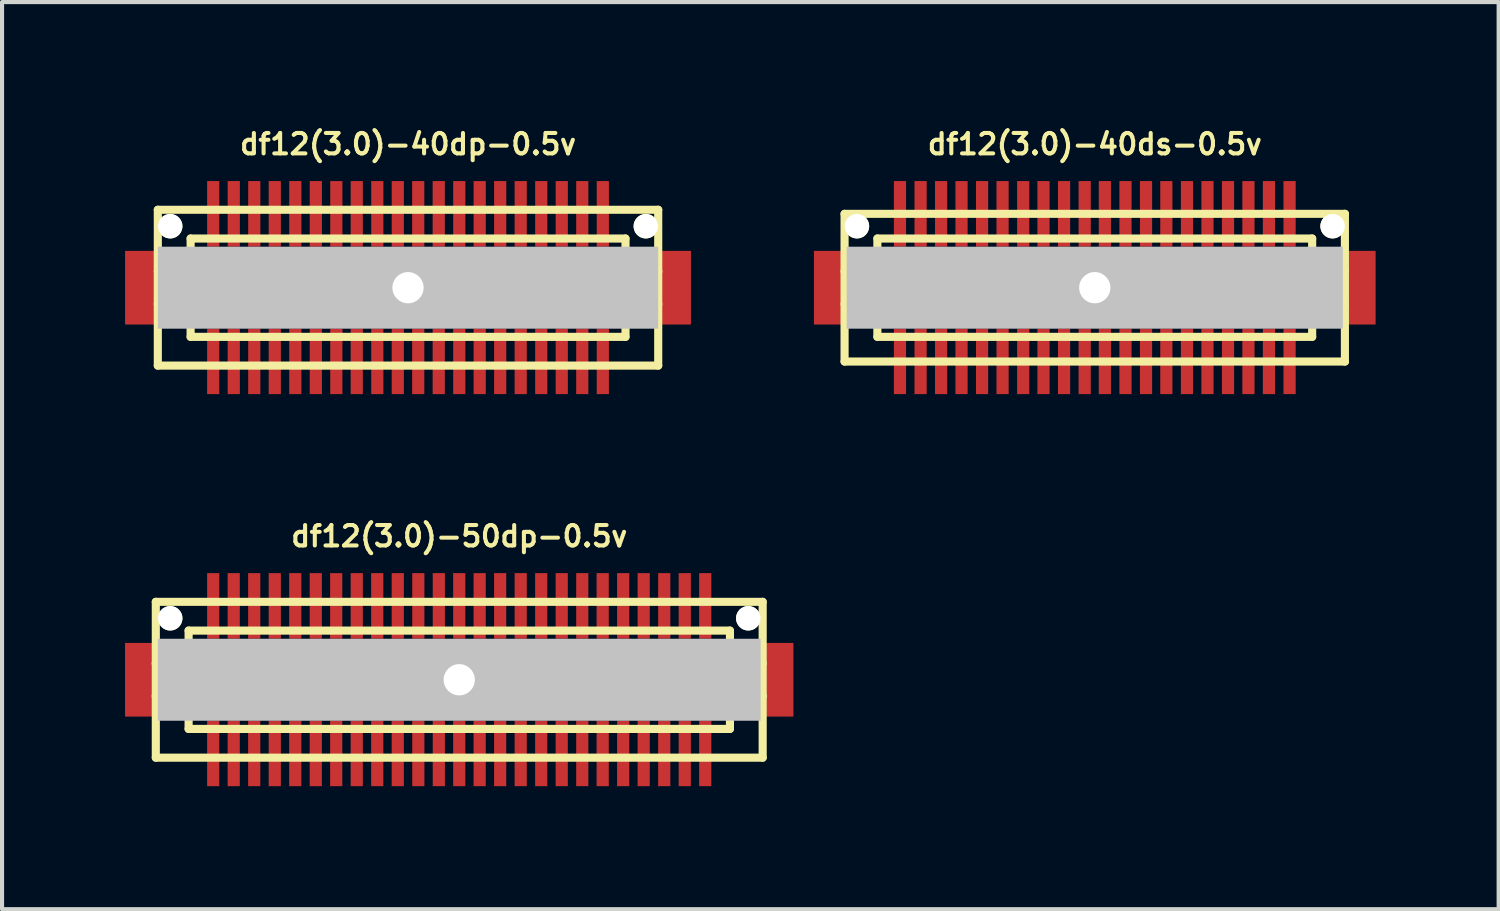
<source format=kicad_pcb>
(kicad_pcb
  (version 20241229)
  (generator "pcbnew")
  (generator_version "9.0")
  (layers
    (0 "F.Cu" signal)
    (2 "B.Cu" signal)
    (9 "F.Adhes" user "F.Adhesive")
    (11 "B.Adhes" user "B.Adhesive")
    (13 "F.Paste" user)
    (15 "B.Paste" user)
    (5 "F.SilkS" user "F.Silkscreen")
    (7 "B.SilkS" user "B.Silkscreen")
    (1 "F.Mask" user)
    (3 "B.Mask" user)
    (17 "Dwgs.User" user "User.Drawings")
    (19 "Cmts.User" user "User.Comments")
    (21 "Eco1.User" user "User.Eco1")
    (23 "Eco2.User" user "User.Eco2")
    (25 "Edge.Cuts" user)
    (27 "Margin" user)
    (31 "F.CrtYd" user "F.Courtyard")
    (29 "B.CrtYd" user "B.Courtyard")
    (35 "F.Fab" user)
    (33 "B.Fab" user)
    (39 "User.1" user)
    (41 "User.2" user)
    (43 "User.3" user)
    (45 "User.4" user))
  (footprint "df12(3.0)-40ds-0.5v"
    (layer "F.Cu")
    (at 23.645 3.965)
    (property "Reference" "df12(3.0)-40ds-0.5v" (at 0 -3.5 0) (layer "F.SilkS") (effects (font (size 0.498 0.498) (thickness 0.099))))
    (attr through_hole)
    (fp_line (start -6.101 -1.801) (end 6.101 -1.801) (stroke (width 0.198) (type solid)) (layer "F.SilkS"))
    (fp_line (start -6.101 1.801) (end -6.101 -1.801) (stroke (width 0.198) (type solid)) (layer "F.SilkS"))
    (fp_line (start -5.301 -0.701) (end 5.301 -0.701) (stroke (width 0.198) (type solid)) (layer "F.SilkS"))
    (fp_line (start -5.301 -0.399) (end -6.101 -0.399) (stroke (width 0.198) (type solid)) (layer "F.SilkS"))
    (fp_line (start -5.301 0.399) (end -6.101 0.399) (stroke (width 0.198) (type solid)) (layer "F.SilkS"))
    (fp_line (start -5.301 1.199) (end -5.301 -1.199) (stroke (width 0.198) (type solid)) (layer "F.SilkS"))
    (fp_line (start -5.301 1.199) (end 5.301 1.199) (stroke (width 0.198) (type solid)) (layer "F.SilkS"))
    (fp_line (start 5.301 -1.199) (end -5.301 -1.199) (stroke (width 0.198) (type solid)) (layer "F.SilkS"))
    (fp_line (start 5.301 -1.199) (end 5.301 1.199) (stroke (width 0.198) (type solid)) (layer "F.SilkS"))
    (fp_line (start 5.301 -0.399) (end 6.101 -0.399) (stroke (width 0.198) (type solid)) (layer "F.SilkS"))
    (fp_line (start 5.301 0.701) (end -5.301 0.701) (stroke (width 0.198) (type solid)) (layer "F.SilkS"))
    (fp_line (start 6.099 -1.801) (end 6.099 1.801) (stroke (width 0.198) (type solid)) (layer "F.SilkS"))
    (fp_line (start 6.101 0.399) (end 5.301 0.399) (stroke (width 0.198) (type solid)) (layer "F.SilkS"))
    (fp_line (start 6.101 1.801) (end -6.101 1.801) (stroke (width 0.198) (type solid)) (layer "F.SilkS"))
    (pad "" smd rect (at -6.449 0) (size 0.798 1.796) (layers "F.Cu" "F.Mask" "F.Paste"))
    (pad "" np_thru_hole circle (at -5.799 -1.499) (size 0.597 0.597) (drill 0.597) (layers "*.Cu" "*.Mask" "F.SilkS"))
    (pad "" np_thru_hole rect (at 0 0) (size 12.098 1.999) (drill 0.762) (layers "Dwgs.User"))
    (pad "" np_thru_hole circle (at 5.799 -1.499) (size 0.597 0.597) (drill 0.597) (layers "*.Cu" "*.Mask" "F.SilkS"))
    (pad "" smd rect (at 6.449 0) (size 0.798 1.796) (layers "F.Cu" "F.Mask" "F.Paste"))
    (pad "1" smd rect (at -4.75 1.796) (size 0.297 1.598) (layers "F.Cu" "F.Mask" "F.Paste"))
    (pad "2" smd rect (at -4.247 1.796) (size 0.297 1.598) (layers "F.Cu" "F.Mask" "F.Paste"))
    (pad "3" smd rect (at -3.747 1.796) (size 0.297 1.598) (layers "F.Cu" "F.Mask" "F.Paste"))
    (pad "4" smd rect (at -3.249 1.796) (size 0.297 1.598) (layers "F.Cu" "F.Mask" "F.Paste"))
    (pad "5" smd rect (at -2.748 1.796) (size 0.297 1.598) (layers "F.Cu" "F.Mask" "F.Paste"))
    (pad "6" smd rect (at -2.248 1.796) (size 0.297 1.598) (layers "F.Cu" "F.Mask" "F.Paste"))
    (pad "7" smd rect (at -1.745 1.796) (size 0.297 1.598) (layers "F.Cu" "F.Mask" "F.Paste"))
    (pad "8" smd rect (at -1.25 1.796) (size 0.297 1.598) (layers "F.Cu" "F.Mask" "F.Paste"))
    (pad "9" smd rect (at -0.749 1.796) (size 0.297 1.598) (layers "F.Cu" "F.Mask" "F.Paste"))
    (pad "10" smd rect (at -0.246 1.796) (size 0.297 1.598) (layers "F.Cu" "F.Mask" "F.Paste"))
    (pad "11" smd rect (at 0.246 1.796) (size 0.297 1.598) (layers "F.Cu" "F.Mask" "F.Paste"))
    (pad "12" smd rect (at 0.749 1.796) (size 0.297 1.598) (layers "F.Cu" "F.Mask" "F.Paste"))
    (pad "13" smd rect (at 1.25 1.796) (size 0.297 1.598) (layers "F.Cu" "F.Mask" "F.Paste"))
    (pad "14" smd rect (at 1.745 1.796) (size 0.297 1.598) (layers "F.Cu" "F.Mask" "F.Paste"))
    (pad "15" smd rect (at 2.248 1.796) (size 0.297 1.598) (layers "F.Cu" "F.Mask" "F.Paste"))
    (pad "16" smd rect (at 2.748 1.796) (size 0.297 1.598) (layers "F.Cu" "F.Mask" "F.Paste"))
    (pad "17" smd rect (at 3.249 1.796) (size 0.297 1.598) (layers "F.Cu" "F.Mask" "F.Paste"))
    (pad "18" smd rect (at 3.747 1.796) (size 0.297 1.598) (layers "F.Cu" "F.Mask" "F.Paste"))
    (pad "19" smd rect (at 4.247 1.796) (size 0.297 1.598) (layers "F.Cu" "F.Mask" "F.Paste"))
    (pad "20" smd rect (at 4.75 1.796) (size 0.297 1.598) (layers "F.Cu" "F.Mask" "F.Paste"))
    (pad "21" smd rect (at 4.75 -1.801) (size 0.297 1.598) (layers "F.Cu" "F.Mask" "F.Paste"))
    (pad "22" smd rect (at 4.247 -1.801) (size 0.297 1.598) (layers "F.Cu" "F.Mask" "F.Paste"))
    (pad "23" smd rect (at 3.747 -1.801) (size 0.297 1.598) (layers "F.Cu" "F.Mask" "F.Paste"))
    (pad "24" smd rect (at 3.249 -1.801) (size 0.297 1.598) (layers "F.Cu" "F.Mask" "F.Paste"))
    (pad "25" smd rect (at 2.748 -1.801) (size 0.297 1.598) (layers "F.Cu" "F.Mask" "F.Paste"))
    (pad "26" smd rect (at 2.248 -1.801) (size 0.297 1.598) (layers "F.Cu" "F.Mask" "F.Paste"))
    (pad "27" smd rect (at 1.745 -1.801) (size 0.297 1.598) (layers "F.Cu" "F.Mask" "F.Paste"))
    (pad "28" smd rect (at 1.25 -1.801) (size 0.297 1.598) (layers "F.Cu" "F.Mask" "F.Paste"))
    (pad "29" smd rect (at 0.749 -1.801) (size 0.297 1.598) (layers "F.Cu" "F.Mask" "F.Paste"))
    (pad "30" smd rect (at 0.246 -1.801) (size 0.297 1.598) (layers "F.Cu" "F.Mask" "F.Paste"))
    (pad "31" smd rect (at -0.246 -1.801) (size 0.297 1.598) (layers "F.Cu" "F.Mask" "F.Paste"))
    (pad "32" smd rect (at -0.749 -1.801) (size 0.297 1.598) (layers "F.Cu" "F.Mask" "F.Paste"))
    (pad "33" smd rect (at -1.25 -1.801) (size 0.297 1.598) (layers "F.Cu" "F.Mask" "F.Paste"))
    (pad "34" smd rect (at -1.745 -1.801) (size 0.297 1.598) (layers "F.Cu" "F.Mask" "F.Paste"))
    (pad "35" smd rect (at -2.248 -1.801) (size 0.297 1.598) (layers "F.Cu" "F.Mask" "F.Paste"))
    (pad "36" smd rect (at -2.748 -1.801) (size 0.297 1.598) (layers "F.Cu" "F.Mask" "F.Paste"))
    (pad "37" smd rect (at -3.249 -1.801) (size 0.297 1.598) (layers "F.Cu" "F.Mask" "F.Paste"))
    (pad "38" smd rect (at -3.747 -1.801) (size 0.297 1.598) (layers "F.Cu" "F.Mask" "F.Paste"))
    (pad "39" smd rect (at -4.247 -1.801) (size 0.297 1.598) (layers "F.Cu" "F.Mask" "F.Paste"))
    (pad "40" smd rect (at -4.75 -1.801) (size 0.297 1.598) (layers "F.Cu" "F.Mask" "F.Paste")))
  (footprint "df12(3.0)-50dp-0.5v"
    (layer "F.Cu")
    (at 8.148 13.525)
    (property "Reference" "df12(3.0)-50dp-0.5v" (at 0 -3.5 0) (layer "F.SilkS") (effects (font (size 0.498 0.498) (thickness 0.099))))
    (attr through_hole)
    (fp_line (start -7.399 -1.9) (end -7.399 1.9) (stroke (width 0.198) (type solid)) (layer "F.SilkS"))
    (fp_line (start -7.399 1.9) (end 7.399 1.9) (stroke (width 0.198) (type solid)) (layer "F.SilkS"))
    (fp_line (start -6.601 -0.399) (end -7.402 -0.399) (stroke (width 0.198) (type solid)) (layer "F.SilkS"))
    (fp_line (start -6.601 0.399) (end -7.402 0.399) (stroke (width 0.198) (type solid)) (layer "F.SilkS"))
    (fp_line (start -6.599 -1.199) (end 6.599 -1.199) (stroke (width 0.198) (type solid)) (layer "F.SilkS"))
    (fp_line (start -6.599 1.199) (end -6.599 -1.199) (stroke (width 0.198) (type solid)) (layer "F.SilkS"))
    (fp_line (start 6.599 1.199) (end -6.599 1.199) (stroke (width 0.198) (type solid)) (layer "F.SilkS"))
    (fp_line (start 6.601 -1.199) (end 6.601 1.199) (stroke (width 0.198) (type solid)) (layer "F.SilkS"))
    (fp_line (start 6.601 -0.399) (end 7.402 -0.399) (stroke (width 0.198) (type solid)) (layer "F.SilkS"))
    (fp_line (start 7.399 -1.9) (end -7.399 -1.9) (stroke (width 0.198) (type solid)) (layer "F.SilkS"))
    (fp_line (start 7.399 1.9) (end 7.399 -1.9) (stroke (width 0.198) (type solid)) (layer "F.SilkS"))
    (fp_line (start 7.404 0.399) (end 6.604 0.399) (stroke (width 0.198) (type solid)) (layer "F.SilkS"))
    (pad "" smd rect (at -7.75 0) (size 0.798 1.796) (layers "F.Cu" "F.Mask" "F.Paste"))
    (pad "" np_thru_hole circle (at -7.048 -1.499) (size 0.597 0.597) (drill 0.597) (layers "*.Cu" "*.Mask" "F.SilkS"))
    (pad "" np_thru_hole rect (at 0 0) (size 14.699 1.999) (drill 0.762) (layers "Dwgs.User"))
    (pad "" np_thru_hole circle (at 7.048 -1.499) (size 0.597 0.597) (drill 0.597) (layers "*.Cu" "*.Mask" "F.SilkS"))
    (pad "" smd rect (at 7.75 0) (size 0.798 1.796) (layers "F.Cu" "F.Mask" "F.Paste"))
    (pad "1" smd rect (at 5.999 1.796) (size 0.297 1.598) (layers "F.Cu" "F.Mask" "F.Paste"))
    (pad "2" smd rect (at 5.499 1.796) (size 0.297 1.598) (layers "F.Cu" "F.Mask" "F.Paste"))
    (pad "3" smd rect (at 4.999 1.796) (size 0.297 1.598) (layers "F.Cu" "F.Mask" "F.Paste"))
    (pad "4" smd rect (at 4.498 1.796) (size 0.297 1.598) (layers "F.Cu" "F.Mask" "F.Paste"))
    (pad "5" smd rect (at 3.998 1.796) (size 0.297 1.598) (layers "F.Cu" "F.Mask" "F.Paste"))
    (pad "6" smd rect (at 3.498 1.796) (size 0.297 1.598) (layers "F.Cu" "F.Mask" "F.Paste"))
    (pad "7" smd rect (at 3 1.796) (size 0.297 1.598) (layers "F.Cu" "F.Mask" "F.Paste"))
    (pad "8" smd rect (at 2.499 1.796) (size 0.297 1.598) (layers "F.Cu" "F.Mask" "F.Paste"))
    (pad "9" smd rect (at 1.999 1.796) (size 0.297 1.598) (layers "F.Cu" "F.Mask" "F.Paste"))
    (pad "10" smd rect (at 1.499 1.796) (size 0.297 1.598) (layers "F.Cu" "F.Mask" "F.Paste"))
    (pad "11" smd rect (at 0.998 1.796) (size 0.297 1.598) (layers "F.Cu" "F.Mask" "F.Paste"))
    (pad "12" smd rect (at 0.498 1.796) (size 0.297 1.598) (layers "F.Cu" "F.Mask" "F.Paste"))
    (pad "13" smd rect (at 0 1.796) (size 0.297 1.598) (layers "F.Cu" "F.Mask" "F.Paste"))
    (pad "14" smd rect (at -0.498 1.796) (size 0.297 1.598) (layers "F.Cu" "F.Mask" "F.Paste"))
    (pad "15" smd rect (at -0.998 1.796) (size 0.297 1.598) (layers "F.Cu" "F.Mask" "F.Paste"))
    (pad "16" smd rect (at -1.499 1.796) (size 0.297 1.598) (layers "F.Cu" "F.Mask" "F.Paste"))
    (pad "17" smd rect (at -1.999 1.796) (size 0.297 1.598) (layers "F.Cu" "F.Mask" "F.Paste"))
    (pad "18" smd rect (at -2.499 1.796) (size 0.297 1.598) (layers "F.Cu" "F.Mask" "F.Paste"))
    (pad "19" smd rect (at -3 1.796) (size 0.297 1.598) (layers "F.Cu" "F.Mask" "F.Paste"))
    (pad "20" smd rect (at -3.498 1.796) (size 0.297 1.598) (layers "F.Cu" "F.Mask" "F.Paste"))
    (pad "21" smd rect (at -3.998 1.796) (size 0.297 1.598) (layers "F.Cu" "F.Mask" "F.Paste"))
    (pad "22" smd rect (at -4.498 1.796) (size 0.297 1.598) (layers "F.Cu" "F.Mask" "F.Paste"))
    (pad "23" smd rect (at -4.999 1.796) (size 0.297 1.598) (layers "F.Cu" "F.Mask" "F.Paste"))
    (pad "24" smd rect (at -5.499 1.796) (size 0.297 1.598) (layers "F.Cu" "F.Mask" "F.Paste"))
    (pad "25" smd rect (at -5.999 1.796) (size 0.297 1.598) (layers "F.Cu" "F.Mask" "F.Paste"))
    (pad "26" smd rect (at -5.999 -1.801) (size 0.297 1.598) (layers "F.Cu" "F.Mask" "F.Paste"))
    (pad "27" smd rect (at -5.499 -1.801) (size 0.297 1.598) (layers "F.Cu" "F.Mask" "F.Paste"))
    (pad "28" smd rect (at -4.999 -1.801) (size 0.297 1.598) (layers "F.Cu" "F.Mask" "F.Paste"))
    (pad "29" smd rect (at -4.498 -1.801) (size 0.297 1.598) (layers "F.Cu" "F.Mask" "F.Paste"))
    (pad "30" smd rect (at -3.998 -1.801) (size 0.297 1.598) (layers "F.Cu" "F.Mask" "F.Paste"))
    (pad "31" smd rect (at -3.498 -1.801) (size 0.297 1.598) (layers "F.Cu" "F.Mask" "F.Paste"))
    (pad "32" smd rect (at -3 -1.801) (size 0.297 1.598) (layers "F.Cu" "F.Mask" "F.Paste"))
    (pad "33" smd rect (at -2.499 -1.801) (size 0.297 1.598) (layers "F.Cu" "F.Mask" "F.Paste"))
    (pad "34" smd rect (at -1.999 -1.801) (size 0.297 1.598) (layers "F.Cu" "F.Mask" "F.Paste"))
    (pad "35" smd rect (at -1.499 -1.801) (size 0.297 1.598) (layers "F.Cu" "F.Mask" "F.Paste"))
    (pad "36" smd rect (at -0.998 -1.801) (size 0.297 1.598) (layers "F.Cu" "F.Mask" "F.Paste"))
    (pad "37" smd rect (at -0.498 -1.801) (size 0.297 1.598) (layers "F.Cu" "F.Mask" "F.Paste"))
    (pad "38" smd rect (at 0 -1.801) (size 0.297 1.598) (layers "F.Cu" "F.Mask" "F.Paste"))
    (pad "39" smd rect (at 0.498 -1.801) (size 0.297 1.598) (layers "F.Cu" "F.Mask" "F.Paste"))
    (pad "40" smd rect (at 0.998 -1.801) (size 0.297 1.598) (layers "F.Cu" "F.Mask" "F.Paste"))
    (pad "41" smd rect (at 1.499 -1.801) (size 0.297 1.598) (layers "F.Cu" "F.Mask" "F.Paste"))
    (pad "42" smd rect (at 1.999 -1.801) (size 0.297 1.598) (layers "F.Cu" "F.Mask" "F.Paste"))
    (pad "43" smd rect (at 2.499 -1.801) (size 0.297 1.598) (layers "F.Cu" "F.Mask" "F.Paste"))
    (pad "44" smd rect (at 3 -1.801) (size 0.297 1.598) (layers "F.Cu" "F.Mask" "F.Paste"))
    (pad "45" smd rect (at 3.498 -1.801) (size 0.297 1.598) (layers "F.Cu" "F.Mask" "F.Paste"))
    (pad "46" smd rect (at 3.998 -1.801) (size 0.297 1.598) (layers "F.Cu" "F.Mask" "F.Paste"))
    (pad "47" smd rect (at 4.498 -1.801) (size 0.297 1.598) (layers "F.Cu" "F.Mask" "F.Paste"))
    (pad "48" smd rect (at 4.999 -1.801) (size 0.297 1.598) (layers "F.Cu" "F.Mask" "F.Paste"))
    (pad "49" smd rect (at 5.499 -1.801) (size 0.297 1.598) (layers "F.Cu" "F.Mask" "F.Paste"))
    (pad "50" smd rect (at 5.999 -1.801) (size 0.297 1.598) (layers "F.Cu" "F.Mask" "F.Paste")))
  (footprint "df12(3.0)-40dp-0.5v"
    (layer "F.Cu")
    (at 6.899 3.965)
    (property "Reference" "df12(3.0)-40dp-0.5v" (at 0 -3.5 0) (layer "F.SilkS") (effects (font (size 0.498 0.498) (thickness 0.099))))
    (attr through_hole)
    (fp_line (start -6.101 -1.9) (end -6.101 1.9) (stroke (width 0.198) (type solid)) (layer "F.SilkS"))
    (fp_line (start -6.101 1.9) (end 6.101 1.9) (stroke (width 0.198) (type solid)) (layer "F.SilkS"))
    (fp_line (start -5.301 -1.199) (end 5.301 -1.199) (stroke (width 0.198) (type solid)) (layer "F.SilkS"))
    (fp_line (start -5.301 -0.399) (end -6.101 -0.399) (stroke (width 0.198) (type solid)) (layer "F.SilkS"))
    (fp_line (start -5.301 0.399) (end -6.101 0.399) (stroke (width 0.198) (type solid)) (layer "F.SilkS"))
    (fp_line (start -5.301 1.199) (end -5.301 -1.199) (stroke (width 0.198) (type solid)) (layer "F.SilkS"))
    (fp_line (start 5.301 1.199) (end -5.301 1.199) (stroke (width 0.198) (type solid)) (layer "F.SilkS"))
    (fp_line (start 5.304 -1.199) (end 5.304 1.199) (stroke (width 0.198) (type solid)) (layer "F.SilkS"))
    (fp_line (start 5.304 -0.399) (end 6.104 -0.399) (stroke (width 0.198) (type solid)) (layer "F.SilkS"))
    (fp_line (start 6.101 -1.9) (end -6.101 -1.9) (stroke (width 0.198) (type solid)) (layer "F.SilkS"))
    (fp_line (start 6.101 1.9) (end 6.101 -1.9) (stroke (width 0.198) (type solid)) (layer "F.SilkS"))
    (fp_line (start 6.104 0.399) (end 5.304 0.399) (stroke (width 0.198) (type solid)) (layer "F.SilkS"))
    (pad "" smd rect (at -6.5 0) (size 0.798 1.796) (layers "F.Cu" "F.Mask" "F.Paste"))
    (pad "" np_thru_hole circle (at -5.799 -1.499) (size 0.597 0.597) (drill 0.597) (layers "*.Cu" "*.Mask" "F.SilkS"))
    (pad "" np_thru_hole rect (at 0 0) (size 12.2 1.999) (drill 0.762) (layers "Dwgs.User"))
    (pad "" np_thru_hole circle (at 5.799 -1.499) (size 0.597 0.597) (drill 0.597) (layers "*.Cu" "*.Mask" "F.SilkS"))
    (pad "" smd rect (at 6.5 0) (size 0.798 1.796) (layers "F.Cu" "F.Mask" "F.Paste"))
    (pad "1" smd rect (at 4.75 1.796) (size 0.297 1.598) (layers "F.Cu" "F.Mask" "F.Paste"))
    (pad "2" smd rect (at 4.249 1.796) (size 0.297 1.598) (layers "F.Cu" "F.Mask" "F.Paste"))
    (pad "3" smd rect (at 3.749 1.796) (size 0.297 1.598) (layers "F.Cu" "F.Mask" "F.Paste"))
    (pad "4" smd rect (at 3.249 1.796) (size 0.297 1.598) (layers "F.Cu" "F.Mask" "F.Paste"))
    (pad "5" smd rect (at 2.748 1.796) (size 0.297 1.598) (layers "F.Cu" "F.Mask" "F.Paste"))
    (pad "6" smd rect (at 2.248 1.796) (size 0.297 1.598) (layers "F.Cu" "F.Mask" "F.Paste"))
    (pad "7" smd rect (at 1.748 1.796) (size 0.297 1.598) (layers "F.Cu" "F.Mask" "F.Paste"))
    (pad "8" smd rect (at 1.25 1.796) (size 0.297 1.598) (layers "F.Cu" "F.Mask" "F.Paste"))
    (pad "9" smd rect (at 0.749 1.796) (size 0.297 1.598) (layers "F.Cu" "F.Mask" "F.Paste"))
    (pad "10" smd rect (at 0.249 1.796) (size 0.297 1.598) (layers "F.Cu" "F.Mask" "F.Paste"))
    (pad "11" smd rect (at -0.249 1.796) (size 0.297 1.598) (layers "F.Cu" "F.Mask" "F.Paste"))
    (pad "12" smd rect (at -0.749 1.796) (size 0.297 1.598) (layers "F.Cu" "F.Mask" "F.Paste"))
    (pad "13" smd rect (at -1.25 1.796) (size 0.297 1.598) (layers "F.Cu" "F.Mask" "F.Paste"))
    (pad "14" smd rect (at -1.748 1.796) (size 0.297 1.598) (layers "F.Cu" "F.Mask" "F.Paste"))
    (pad "15" smd rect (at -2.248 1.796) (size 0.297 1.598) (layers "F.Cu" "F.Mask" "F.Paste"))
    (pad "16" smd rect (at -2.748 1.796) (size 0.297 1.598) (layers "F.Cu" "F.Mask" "F.Paste"))
    (pad "17" smd rect (at -3.249 1.796) (size 0.297 1.598) (layers "F.Cu" "F.Mask" "F.Paste"))
    (pad "18" smd rect (at -3.749 1.796) (size 0.297 1.598) (layers "F.Cu" "F.Mask" "F.Paste"))
    (pad "19" smd rect (at -4.249 1.796) (size 0.297 1.598) (layers "F.Cu" "F.Mask" "F.Paste"))
    (pad "20" smd rect (at -4.75 1.796) (size 0.297 1.598) (layers "F.Cu" "F.Mask" "F.Paste"))
    (pad "21" smd rect (at -4.75 -1.801) (size 0.297 1.598) (layers "F.Cu" "F.Mask" "F.Paste"))
    (pad "22" smd rect (at -4.249 -1.801) (size 0.297 1.598) (layers "F.Cu" "F.Mask" "F.Paste"))
    (pad "23" smd rect (at -3.749 -1.801) (size 0.297 1.598) (layers "F.Cu" "F.Mask" "F.Paste"))
    (pad "24" smd rect (at -3.249 -1.801) (size 0.297 1.598) (layers "F.Cu" "F.Mask" "F.Paste"))
    (pad "25" smd rect (at -2.748 -1.801) (size 0.297 1.598) (layers "F.Cu" "F.Mask" "F.Paste"))
    (pad "26" smd rect (at -2.248 -1.801) (size 0.297 1.598) (layers "F.Cu" "F.Mask" "F.Paste"))
    (pad "27" smd rect (at -1.748 -1.801) (size 0.297 1.598) (layers "F.Cu" "F.Mask" "F.Paste"))
    (pad "28" smd rect (at -1.25 -1.801) (size 0.297 1.598) (layers "F.Cu" "F.Mask" "F.Paste"))
    (pad "29" smd rect (at -0.749 -1.801) (size 0.297 1.598) (layers "F.Cu" "F.Mask" "F.Paste"))
    (pad "30" smd rect (at -0.249 -1.801) (size 0.297 1.598) (layers "F.Cu" "F.Mask" "F.Paste"))
    (pad "31" smd rect (at 0.249 -1.801) (size 0.297 1.598) (layers "F.Cu" "F.Mask" "F.Paste"))
    (pad "32" smd rect (at 0.749 -1.801) (size 0.297 1.598) (layers "F.Cu" "F.Mask" "F.Paste"))
    (pad "33" smd rect (at 1.25 -1.801) (size 0.297 1.598) (layers "F.Cu" "F.Mask" "F.Paste"))
    (pad "34" smd rect (at 1.748 -1.801) (size 0.297 1.598) (layers "F.Cu" "F.Mask" "F.Paste"))
    (pad "35" smd rect (at 2.248 -1.801) (size 0.297 1.598) (layers "F.Cu" "F.Mask" "F.Paste"))
    (pad "36" smd rect (at 2.748 -1.801) (size 0.297 1.598) (layers "F.Cu" "F.Mask" "F.Paste"))
    (pad "37" smd rect (at 3.249 -1.801) (size 0.297 1.598) (layers "F.Cu" "F.Mask" "F.Paste"))
    (pad "38" smd rect (at 3.749 -1.801) (size 0.297 1.598) (layers "F.Cu" "F.Mask" "F.Paste"))
    (pad "39" smd rect (at 4.249 -1.801) (size 0.297 1.598) (layers "F.Cu" "F.Mask" "F.Paste"))
    (pad "40" smd rect (at 4.75 -1.801) (size 0.297 1.598) (layers "F.Cu" "F.Mask" "F.Paste")))
  (gr_rect
    (start -3 -3)
    (end 33.493 19.12)
    (stroke (width 0.1) (type default))
    (fill no)
    (layer "Edge.Cuts")))
</source>
